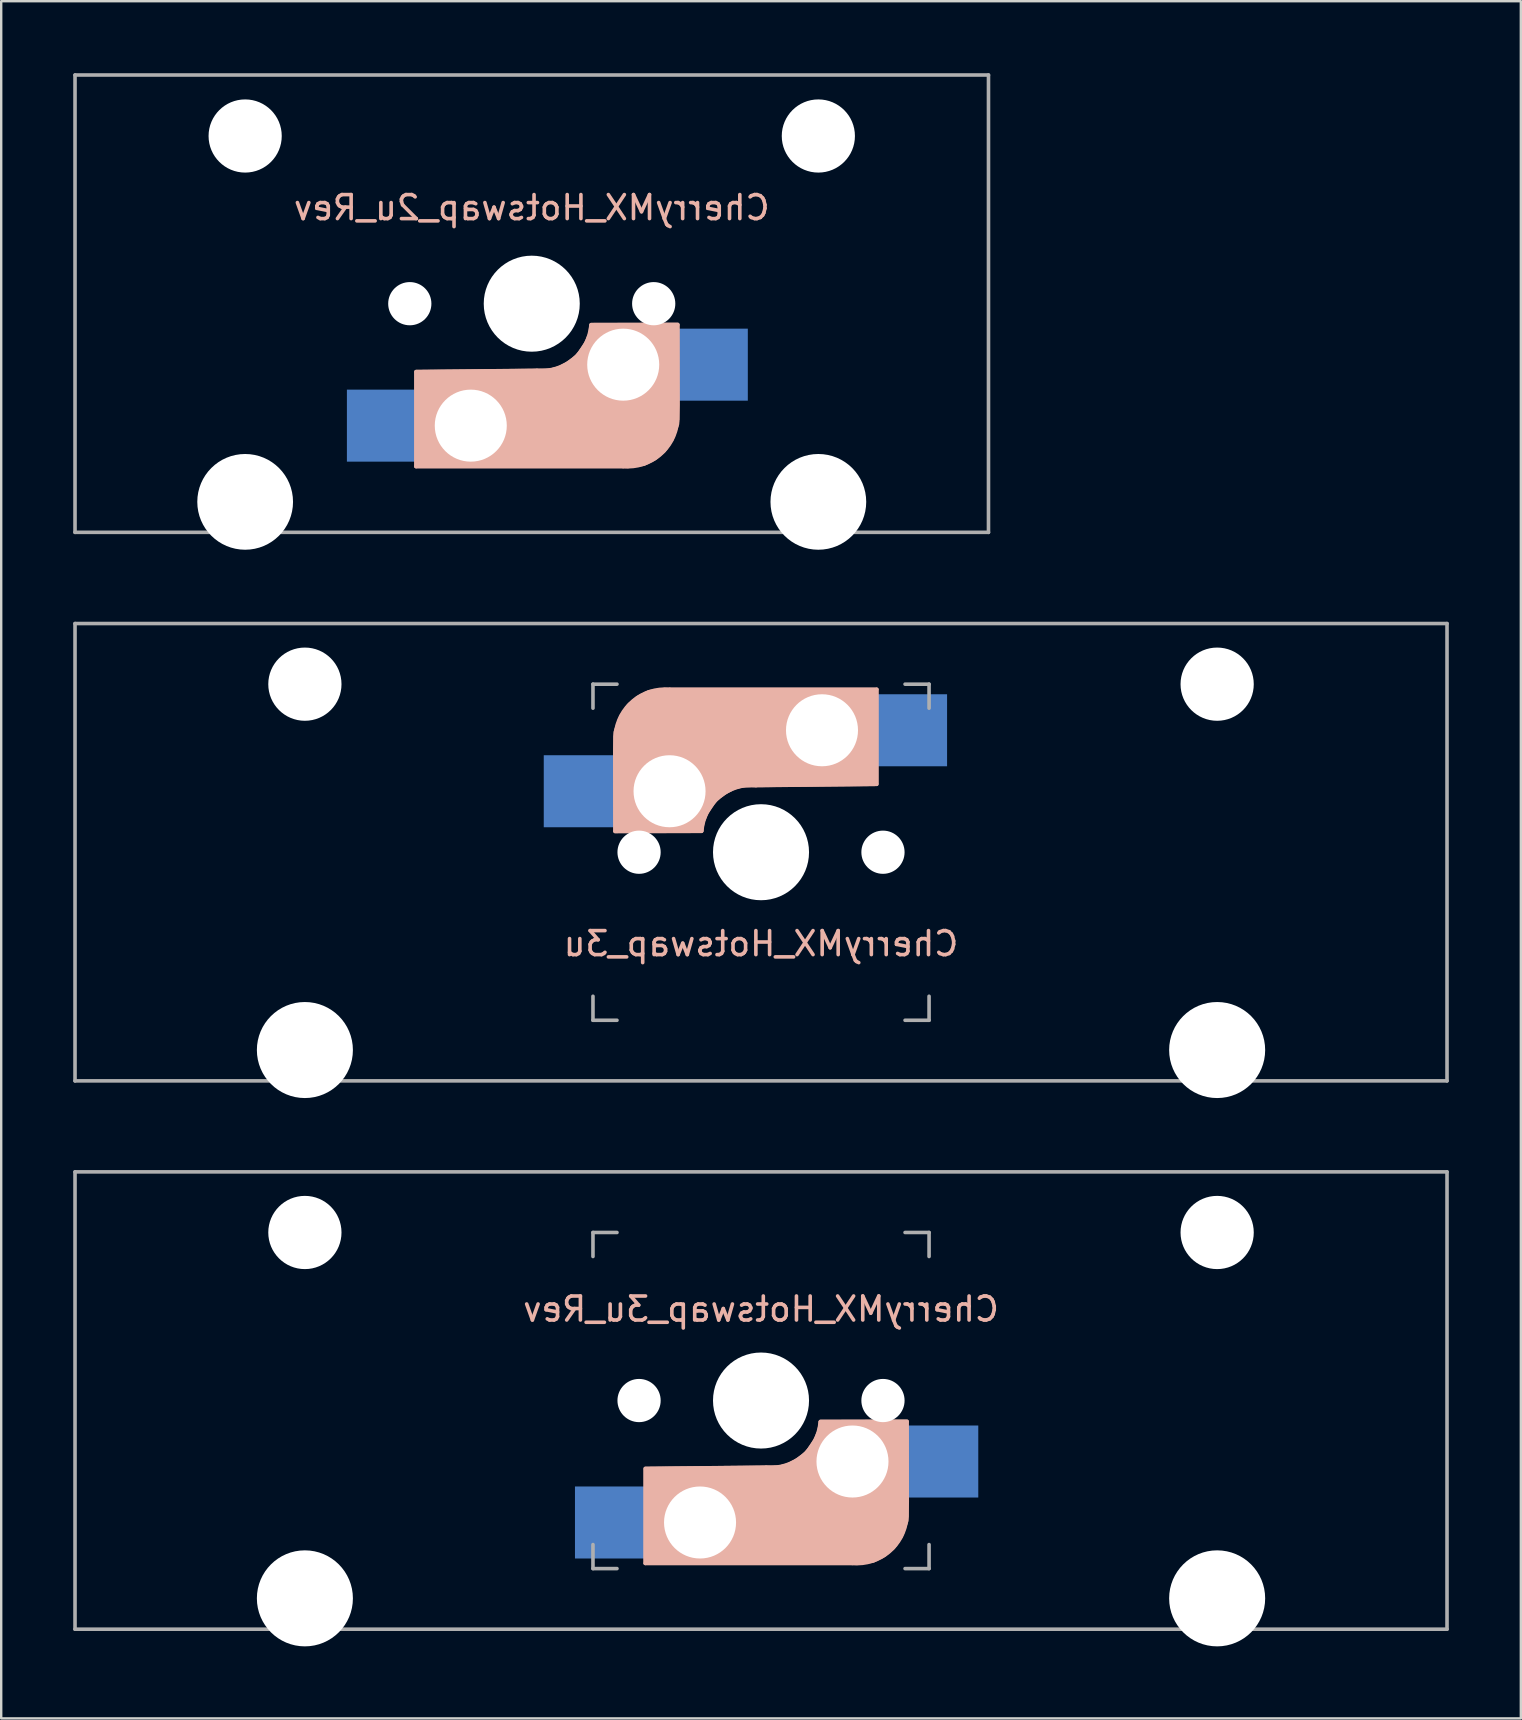
<source format=kicad_pcb>
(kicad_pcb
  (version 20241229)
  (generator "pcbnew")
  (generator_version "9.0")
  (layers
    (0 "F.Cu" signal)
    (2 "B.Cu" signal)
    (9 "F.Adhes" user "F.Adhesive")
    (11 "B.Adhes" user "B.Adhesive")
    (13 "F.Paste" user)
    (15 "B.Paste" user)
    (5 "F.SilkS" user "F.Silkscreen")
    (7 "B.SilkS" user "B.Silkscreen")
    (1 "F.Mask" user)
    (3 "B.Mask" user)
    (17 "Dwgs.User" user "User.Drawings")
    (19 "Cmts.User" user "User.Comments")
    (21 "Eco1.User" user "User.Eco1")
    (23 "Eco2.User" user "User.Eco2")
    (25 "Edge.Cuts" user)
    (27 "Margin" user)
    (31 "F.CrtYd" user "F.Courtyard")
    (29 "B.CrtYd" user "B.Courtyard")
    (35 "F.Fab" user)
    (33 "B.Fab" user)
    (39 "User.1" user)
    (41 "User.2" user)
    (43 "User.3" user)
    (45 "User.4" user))
  (footprint "CherryMX_Hotswap_2u_Rev"
    (layer "F.Cu")
    (at 19.1 9.6)
    (property "Reference" "CherryMX_Hotswap_2u_Rev" (at 0 -4 0) (layer "B.SilkS") (effects (font (size 1 1) (thickness 0.15)) (justify mirror)))
    (attr smd)
    (fp_line (start -4.82 2.83) (end 0.23 2.784) (stroke (width 0.15) (type solid)) (layer "B.SilkS"))
    (fp_line (start -4.82 2.876) (end -4.82 6.784) (stroke (width 0.15) (type solid)) (layer "B.SilkS"))
    (fp_line (start -4.82 6.784) (end 3.805 6.784) (stroke (width 0.15) (type solid)) (layer "B.SilkS"))
    (fp_line (start 6.08 0.876) (end 2.47 0.876) (stroke (width 0.15) (type solid)) (layer "B.SilkS"))
    (fp_line (start 6.08 4.83) (end 6.08 0.885) (stroke (width 0.15) (type solid)) (layer "B.SilkS"))
    (fp_arc (start 2.465 0.9) (mid 1.724361 2.308061) (end 0.205 2.78) (stroke (width 0.15) (type solid)) (layer "B.SilkS"))
    (fp_arc (start 6.069 4.9) (mid 5.327189 6.31089) (end 3.805 6.784) (stroke (width 0.15) (type solid)) (layer "B.SilkS"))
    (fp_poly (pts (xy 6.08 0.86) (xy 2.48 0.87) (xy 2.42 1.27) (xy 2.27 1.62) (xy 1.89 2.19) (xy 1.48 2.49) (xy 1.12 2.68) (xy 0.78 2.77) (xy -4.82 2.83) (xy -4.82 6.78) (xy 4 6.78) (xy 4.68 6.68) (xy 5.13 6.45) (xy 5.52 6.12) (xy 5.84 5.65) (xy 6.07 5.01) (xy 6.09 4.22)) (stroke (width 0.15) (type solid)) (fill yes) (layer "B.SilkS"))
    (fp_line (start -18 -9) (end 18 -9) (stroke (width 0.15) (type solid)) (layer "Eco2.User"))
    (fp_line (start -18 9) (end -18 -9) (stroke (width 0.15) (type solid)) (layer "Eco2.User"))
    (fp_line (start -7.02 -7.02) (end 6.98 -7.02) (stroke (width 0.15) (type solid)) (layer "Eco2.User"))
    (fp_line (start -7.02 6.98) (end -7.02 -7.02) (stroke (width 0.15) (type solid)) (layer "Eco2.User"))
    (fp_line (start 6.98 -7.02) (end 6.98 6.98) (stroke (width 0.15) (type solid)) (layer "Eco2.User"))
    (fp_line (start 6.98 6.98) (end -7.02 6.98) (stroke (width 0.15) (type solid)) (layer "Eco2.User"))
    (fp_line (start 18 -9) (end 18 9) (stroke (width 0.15) (type solid)) (layer "Eco2.User"))
    (fp_line (start 18 9) (end -18 9) (stroke (width 0.15) (type solid)) (layer "Eco2.User"))
    (fp_line (start -19.025 -9.525) (end -19.025 9.525) (stroke (width 0.15) (type solid)) (layer "F.Fab"))
    (fp_line (start -19.025 9.525) (end 19.025 9.525) (stroke (width 0.15) (type solid)) (layer "F.Fab"))
    (fp_line (start 19.025 -9.525) (end -19.025 -9.525) (stroke (width 0.15) (type solid)) (layer "F.Fab"))
    (fp_line (start 19.025 9.525) (end 19.025 -9.525) (stroke (width 0.15) (type solid)) (layer "F.Fab"))
    (pad "" np_thru_hole circle (at -11.938 -6.985 180) (size 3.048 3.048) (drill 3.048) (layers "*.Cu" "*.Mask"))
    (pad "" np_thru_hole circle (at -11.938 8.255 180) (size 3.988 3.988) (drill 3.988) (layers "*.Cu" "*.Mask"))
    (pad "" np_thru_hole circle (at -5.08 0 180) (size 1.8 1.8) (drill 1.8) (layers "*.Cu" "*.Mask"))
    (pad "" np_thru_hole circle (at -2.54 5.08) (size 3 3) (drill 3) (layers "*.Cu" "*.Mask"))
    (pad "" np_thru_hole circle (at 0 0 270) (size 4 4) (drill 4) (layers "*.Cu" "*.Mask"))
    (pad "" np_thru_hole circle (at 3.81 2.54) (size 3 3) (drill 3) (layers "*.Cu" "*.Mask"))
    (pad "" np_thru_hole circle (at 5.08 0 180) (size 1.8 1.8) (drill 1.8) (layers "*.Cu" "*.Mask"))
    (pad "" np_thru_hole circle (at 11.938 -6.985 180) (size 3.048 3.048) (drill 3.048) (layers "*.Cu" "*.Mask"))
    (pad "" np_thru_hole circle (at 11.938 8.255 180) (size 3.988 3.988) (drill 3.988) (layers "*.Cu" "*.Mask"))
    (pad "1" smd rect (at 6.9 2.54) (size 3.3 3) (drill (offset 0.45 0)) (layers "B.Cu" "B.Mask" "B.Paste"))
    (pad "2" smd rect (at -5.6 5.08) (size 3.3 3) (drill (offset -0.45 0)) (layers "B.Cu" "B.Mask" "B.Paste")))
  (footprint "CherryMX_Hotswap_3u"
    (layer "F.Cu")
    (at 28.65 32.449)
    (property "Reference" "CherryMX_Hotswap_3u" (at 0 3.81 0) (layer "B.SilkS") (effects (font (size 1 1) (thickness 0.15)) (justify mirror)))
    (attr smd)
    (fp_line (start -6.08 -4.83) (end -6.08 -0.885) (stroke (width 0.15) (type solid)) (layer "B.SilkS"))
    (fp_line (start -6.08 -0.876) (end -2.47 -0.876) (stroke (width 0.15) (type solid)) (layer "B.SilkS"))
    (fp_line (start 4.82 -6.784) (end -3.805 -6.784) (stroke (width 0.15) (type solid)) (layer "B.SilkS"))
    (fp_line (start 4.82 -2.876) (end 4.82 -6.784) (stroke (width 0.15) (type solid)) (layer "B.SilkS"))
    (fp_line (start 4.82 -2.83) (end -0.23 -2.784) (stroke (width 0.15) (type solid)) (layer "B.SilkS"))
    (fp_arc (start -6.069 -4.9) (mid -5.327189 -6.31089) (end -3.805 -6.784) (stroke (width 0.15) (type solid)) (layer "B.SilkS"))
    (fp_arc (start -2.465 -0.9) (mid -1.724361 -2.308061) (end -0.205 -2.78) (stroke (width 0.15) (type solid)) (layer "B.SilkS"))
    (fp_poly (pts (xy -6.08 -0.86) (xy -2.48 -0.87) (xy -2.42 -1.27) (xy -2.27 -1.62) (xy -1.89 -2.19) (xy -1.48 -2.49) (xy -1.12 -2.68) (xy -0.78 -2.77) (xy 4.82 -2.83) (xy 4.82 -6.78) (xy -4 -6.78) (xy -4.68 -6.68) (xy -5.13 -6.45) (xy -5.52 -6.12) (xy -5.84 -5.65) (xy -6.07 -5.01) (xy -6.09 -4.22)) (stroke (width 0.15) (type solid)) (fill yes) (layer "B.SilkS"))
    (fp_line (start -28.575 -9.525) (end -28.575 9.525) (stroke (width 0.15) (type solid)) (layer "F.Fab"))
    (fp_line (start -28.575 9.525) (end 28.575 9.525) (stroke (width 0.15) (type solid)) (layer "F.Fab"))
    (fp_line (start -7 -7) (end -6 -7) (stroke (width 0.15) (type solid)) (layer "F.Fab"))
    (fp_line (start -7 -6) (end -7 -7) (stroke (width 0.15) (type solid)) (layer "F.Fab"))
    (fp_line (start -7 7) (end -7 6) (stroke (width 0.15) (type solid)) (layer "F.Fab"))
    (fp_line (start -6 7) (end -7 7) (stroke (width 0.15) (type solid)) (layer "F.Fab"))
    (fp_line (start 6 -7) (end 7 -7) (stroke (width 0.15) (type solid)) (layer "F.Fab"))
    (fp_line (start 7 -7) (end 7 -6) (stroke (width 0.15) (type solid)) (layer "F.Fab"))
    (fp_line (start 7 6) (end 7 7) (stroke (width 0.15) (type solid)) (layer "F.Fab"))
    (fp_line (start 7 7) (end 6 7) (stroke (width 0.15) (type solid)) (layer "F.Fab"))
    (fp_line (start 28.575 -9.525) (end -28.575 -9.525) (stroke (width 0.15) (type solid)) (layer "F.Fab"))
    (fp_line (start 28.575 9.525) (end 28.575 -9.525) (stroke (width 0.15) (type solid)) (layer "F.Fab"))
    (pad "" np_thru_hole circle (at -19 -7 180) (size 3.05 3.05) (drill 3.05) (layers "*.Cu" "*.Mask"))
    (pad "" np_thru_hole circle (at -19 8.24 180) (size 4 4) (drill 4) (layers "*.Cu" "*.Mask"))
    (pad "" np_thru_hole circle (at -5.08 0) (size 1.8 1.8) (drill 1.8) (layers "*.Cu" "*.Mask"))
    (pad "" np_thru_hole circle (at -3.81 -2.54 180) (size 3 3) (drill 3) (layers "*.Cu" "*.Mask"))
    (pad "" np_thru_hole circle (at 0 0 90) (size 4 4) (drill 4) (layers "*.Cu" "*.Mask"))
    (pad "" np_thru_hole circle (at 2.54 -5.08 180) (size 3 3) (drill 3) (layers "*.Cu" "*.Mask"))
    (pad "" np_thru_hole circle (at 5.08 0) (size 1.8 1.8) (drill 1.8) (layers "*.Cu" "*.Mask"))
    (pad "" np_thru_hole circle (at 19 -7 180) (size 3.05 3.05) (drill 3.05) (layers "*.Cu" "*.Mask"))
    (pad "" np_thru_hole circle (at 19 8.24 180) (size 4 4) (drill 4) (layers "*.Cu" "*.Mask"))
    (pad "1" smd rect (at -6.9 -2.54 180) (size 3.3 3) (drill (offset 0.5 0)) (layers "B.Cu" "B.Mask" "B.Paste"))
    (pad "2" smd rect (at 5.6 -5.08 180) (size 3.3 3) (drill (offset -0.5 0)) (layers "B.Cu" "B.Mask" "B.Paste")))
  (footprint "CherryMX_Hotswap_3u_Rev"
    (layer "F.Cu")
    (at 28.65 55.289)
    (property "Reference" "CherryMX_Hotswap_3u_Rev" (at 0 -3.81 0) (layer "B.SilkS") (effects (font (size 1 1) (thickness 0.15)) (justify mirror)))
    (attr smd)
    (fp_line (start -4.82 2.83) (end 0.23 2.784) (stroke (width 0.15) (type solid)) (layer "B.SilkS"))
    (fp_line (start -4.82 2.876) (end -4.82 6.784) (stroke (width 0.15) (type solid)) (layer "B.SilkS"))
    (fp_line (start -4.82 6.784) (end 3.805 6.784) (stroke (width 0.15) (type solid)) (layer "B.SilkS"))
    (fp_line (start 6.08 0.876) (end 2.47 0.876) (stroke (width 0.15) (type solid)) (layer "B.SilkS"))
    (fp_line (start 6.08 4.83) (end 6.08 0.885) (stroke (width 0.15) (type solid)) (layer "B.SilkS"))
    (fp_arc (start 2.465 0.9) (mid 1.724361 2.308061) (end 0.205 2.78) (stroke (width 0.15) (type solid)) (layer "B.SilkS"))
    (fp_arc (start 6.069 4.9) (mid 5.327189 6.31089) (end 3.805 6.784) (stroke (width 0.15) (type solid)) (layer "B.SilkS"))
    (fp_poly (pts (xy 6.08 0.86) (xy 2.48 0.87) (xy 2.42 1.27) (xy 2.27 1.62) (xy 1.89 2.19) (xy 1.48 2.49) (xy 1.12 2.68) (xy 0.78 2.77) (xy -4.82 2.83) (xy -4.82 6.78) (xy 4 6.78) (xy 4.68 6.68) (xy 5.13 6.45) (xy 5.52 6.12) (xy 5.84 5.65) (xy 6.07 5.01) (xy 6.09 4.22)) (stroke (width 0.15) (type solid)) (fill yes) (layer "B.SilkS"))
    (fp_line (start -28.575 -9.525) (end -28.575 9.525) (stroke (width 0.15) (type solid)) (layer "F.Fab"))
    (fp_line (start -28.575 9.525) (end 28.575 9.525) (stroke (width 0.15) (type solid)) (layer "F.Fab"))
    (fp_line (start -7 -7) (end -6 -7) (stroke (width 0.15) (type solid)) (layer "F.Fab"))
    (fp_line (start -7 -6) (end -7 -7) (stroke (width 0.15) (type solid)) (layer "F.Fab"))
    (fp_line (start -7 7) (end -7 6) (stroke (width 0.15) (type solid)) (layer "F.Fab"))
    (fp_line (start -6 7) (end -7 7) (stroke (width 0.15) (type solid)) (layer "F.Fab"))
    (fp_line (start 6 -7) (end 7 -7) (stroke (width 0.15) (type solid)) (layer "F.Fab"))
    (fp_line (start 7 -7) (end 7 -6) (stroke (width 0.15) (type solid)) (layer "F.Fab"))
    (fp_line (start 7 6) (end 7 7) (stroke (width 0.15) (type solid)) (layer "F.Fab"))
    (fp_line (start 7 7) (end 6 7) (stroke (width 0.15) (type solid)) (layer "F.Fab"))
    (fp_line (start 28.575 -9.525) (end -28.575 -9.525) (stroke (width 0.15) (type solid)) (layer "F.Fab"))
    (fp_line (start 28.575 9.525) (end 28.575 -9.525) (stroke (width 0.15) (type solid)) (layer "F.Fab"))
    (pad "" np_thru_hole circle (at -19 -7 180) (size 3.05 3.05) (drill 3.05) (layers "*.Cu" "*.Mask"))
    (pad "" np_thru_hole circle (at -19 8.24 180) (size 4 4) (drill 4) (layers "*.Cu" "*.Mask"))
    (pad "" np_thru_hole circle (at -5.08 0 180) (size 1.8 1.8) (drill 1.8) (layers "*.Cu" "*.Mask"))
    (pad "" np_thru_hole circle (at -2.54 5.08) (size 3 3) (drill 3) (layers "*.Cu" "*.Mask"))
    (pad "" np_thru_hole circle (at 0 0 270) (size 4 4) (drill 4) (layers "*.Cu" "*.Mask"))
    (pad "" np_thru_hole circle (at 3.81 2.54) (size 3 3) (drill 3) (layers "*.Cu" "*.Mask"))
    (pad "" np_thru_hole circle (at 5.08 0 180) (size 1.8 1.8) (drill 1.8) (layers "*.Cu" "*.Mask"))
    (pad "" np_thru_hole circle (at 19 -7 180) (size 3.05 3.05) (drill 3.05) (layers "*.Cu" "*.Mask"))
    (pad "" np_thru_hole circle (at 19 8.24 180) (size 4 4) (drill 4) (layers "*.Cu" "*.Mask"))
    (pad "1" smd rect (at 6.9 2.54) (size 3.3 3) (drill (offset 0.5 0)) (layers "B.Cu" "B.Mask" "B.Paste"))
    (pad "2" smd rect (at -5.6 5.08) (size 3.3 3) (drill (offset -0.5 0)) (layers "B.Cu" "B.Mask" "B.Paste")))
  (gr_rect
    (start -3 -3)
    (end 60.3 68.529)
    (stroke (width 0.1) (type default))
    (fill no)
    (layer "Edge.Cuts")))
</source>
